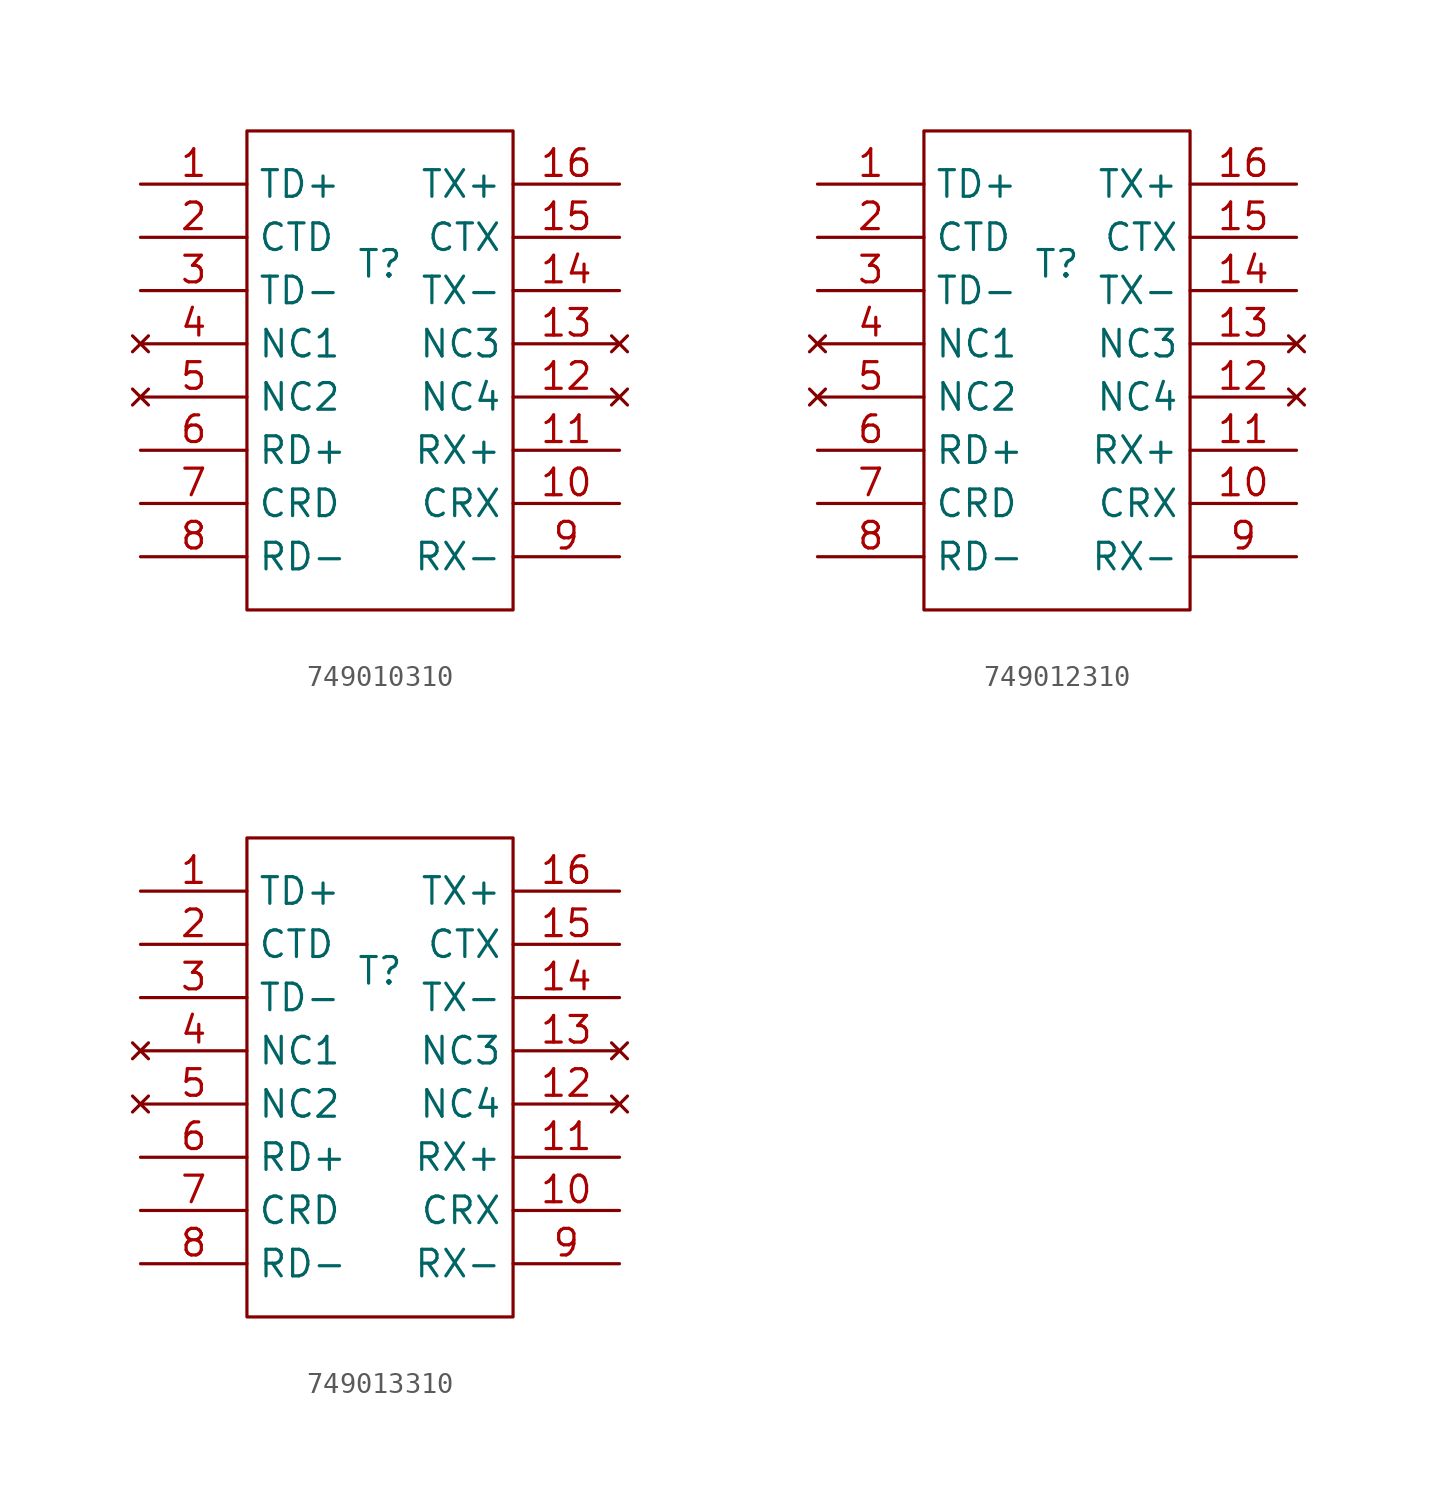
<source format=kicad_sym>
(kicad_symbol_lib
  (version 20220914)
  (generator kicad_symbol_editor)
  (symbol "749010310"
    (property "Reference" "T"
      (at 0 5.08 0)
      (effects (font (size 1.27 1.27))))
    (property "Critical Parameter" ""
      (at 0 -5.08 0)
      (effects (font (size 1.27 1.27)) (justify left)))
    (symbol "749010310_0_1"
      (rectangle (start -6.35 11.43) (end 6.35 -11.43) (stroke (width 0) (type default)) (fill (type none))))
    (symbol "749010310_1_1"
      (pin passive line (at -11.43 8.89 0) (length 5.08) (name "TD+" (effects (font (size 1.27 1.27)))) (number "1" (effects (font (size 1.27 1.27)))))
      (pin passive line (at 11.43 -6.35 180) (length 5.08) (name "CRX" (effects (font (size 1.27 1.27)))) (number "10" (effects (font (size 1.27 1.27)))))
      (pin passive line (at 11.43 -3.81 180) (length 5.08) (name "RX+" (effects (font (size 1.27 1.27)))) (number "11" (effects (font (size 1.27 1.27)))))
      (pin no_connect line (at 11.43 -1.27 180) (length 5.08) (name "NC4" (effects (font (size 1.27 1.27)))) (number "12" (effects (font (size 1.27 1.27)))))
      (pin no_connect line (at 11.43 1.27 180) (length 5.08) (name "NC3" (effects (font (size 1.27 1.27)))) (number "13" (effects (font (size 1.27 1.27)))))
      (pin passive line (at 11.43 3.81 180) (length 5.08) (name "TX-" (effects (font (size 1.27 1.27)))) (number "14" (effects (font (size 1.27 1.27)))))
      (pin passive line (at 11.43 6.35 180) (length 5.08) (name "CTX" (effects (font (size 1.27 1.27)))) (number "15" (effects (font (size 1.27 1.27)))))
      (pin passive line (at 11.43 8.89 180) (length 5.08) (name "TX+" (effects (font (size 1.27 1.27)))) (number "16" (effects (font (size 1.27 1.27)))))
      (pin passive line (at -11.43 6.35 0) (length 5.08) (name "CTD" (effects (font (size 1.27 1.27)))) (number "2" (effects (font (size 1.27 1.27)))))
      (pin passive line (at -11.43 3.81 0) (length 5.08) (name "TD-" (effects (font (size 1.27 1.27)))) (number "3" (effects (font (size 1.27 1.27)))))
      (pin no_connect line (at -11.43 1.27 0) (length 5.08) (name "NC1" (effects (font (size 1.27 1.27)))) (number "4" (effects (font (size 1.27 1.27)))))
      (pin no_connect line (at -11.43 -1.27 0) (length 5.08) (name "NC2" (effects (font (size 1.27 1.27)))) (number "5" (effects (font (size 1.27 1.27)))))
      (pin passive line (at -11.43 -3.81 0) (length 5.08) (name "RD+" (effects (font (size 1.27 1.27)))) (number "6" (effects (font (size 1.27 1.27)))))
      (pin passive line (at -11.43 -6.35 0) (length 5.08) (name "CRD" (effects (font (size 1.27 1.27)))) (number "7" (effects (font (size 1.27 1.27)))))
      (pin passive line (at -11.43 -8.89 0) (length 5.08) (name "RD-" (effects (font (size 1.27 1.27)))) (number "8" (effects (font (size 1.27 1.27)))))
      (pin passive line (at 11.43 -8.89 180) (length 5.08) (name "RX-" (effects (font (size 1.27 1.27)))) (number "9" (effects (font (size 1.27 1.27)))))))
  (symbol "749012310"
    (property "Reference" "T"
      (at 0 5.08 0)
      (effects (font (size 1.27 1.27))))
    (property "Critical Parameter" ""
      (at 0 -5.08 0)
      (effects (font (size 1.27 1.27)) (justify left)))
    (symbol "749012310_0_1"
      (rectangle (start -6.35 11.43) (end 6.35 -11.43) (stroke (width 0) (type default)) (fill (type none))))
    (symbol "749012310_1_1"
      (pin passive line (at -11.43 8.89 0) (length 5.08) (name "TD+" (effects (font (size 1.27 1.27)))) (number "1" (effects (font (size 1.27 1.27)))))
      (pin passive line (at 11.43 -6.35 180) (length 5.08) (name "CRX" (effects (font (size 1.27 1.27)))) (number "10" (effects (font (size 1.27 1.27)))))
      (pin passive line (at 11.43 -3.81 180) (length 5.08) (name "RX+" (effects (font (size 1.27 1.27)))) (number "11" (effects (font (size 1.27 1.27)))))
      (pin no_connect line (at 11.43 -1.27 180) (length 5.08) (name "NC4" (effects (font (size 1.27 1.27)))) (number "12" (effects (font (size 1.27 1.27)))))
      (pin no_connect line (at 11.43 1.27 180) (length 5.08) (name "NC3" (effects (font (size 1.27 1.27)))) (number "13" (effects (font (size 1.27 1.27)))))
      (pin passive line (at 11.43 3.81 180) (length 5.08) (name "TX-" (effects (font (size 1.27 1.27)))) (number "14" (effects (font (size 1.27 1.27)))))
      (pin passive line (at 11.43 6.35 180) (length 5.08) (name "CTX" (effects (font (size 1.27 1.27)))) (number "15" (effects (font (size 1.27 1.27)))))
      (pin passive line (at 11.43 8.89 180) (length 5.08) (name "TX+" (effects (font (size 1.27 1.27)))) (number "16" (effects (font (size 1.27 1.27)))))
      (pin passive line (at -11.43 6.35 0) (length 5.08) (name "CTD" (effects (font (size 1.27 1.27)))) (number "2" (effects (font (size 1.27 1.27)))))
      (pin passive line (at -11.43 3.81 0) (length 5.08) (name "TD-" (effects (font (size 1.27 1.27)))) (number "3" (effects (font (size 1.27 1.27)))))
      (pin no_connect line (at -11.43 1.27 0) (length 5.08) (name "NC1" (effects (font (size 1.27 1.27)))) (number "4" (effects (font (size 1.27 1.27)))))
      (pin no_connect line (at -11.43 -1.27 0) (length 5.08) (name "NC2" (effects (font (size 1.27 1.27)))) (number "5" (effects (font (size 1.27 1.27)))))
      (pin passive line (at -11.43 -3.81 0) (length 5.08) (name "RD+" (effects (font (size 1.27 1.27)))) (number "6" (effects (font (size 1.27 1.27)))))
      (pin passive line (at -11.43 -6.35 0) (length 5.08) (name "CRD" (effects (font (size 1.27 1.27)))) (number "7" (effects (font (size 1.27 1.27)))))
      (pin passive line (at -11.43 -8.89 0) (length 5.08) (name "RD-" (effects (font (size 1.27 1.27)))) (number "8" (effects (font (size 1.27 1.27)))))
      (pin passive line (at 11.43 -8.89 180) (length 5.08) (name "RX-" (effects (font (size 1.27 1.27)))) (number "9" (effects (font (size 1.27 1.27)))))))
  (symbol "749013310"
    (property "Reference" "T"
      (at 0 5.08 0)
      (effects (font (size 1.27 1.27))))
    (property "Critical Parameter" ""
      (at 0 -5.08 0)
      (effects (font (size 1.27 1.27)) (justify left)))
    (symbol "749013310_0_1"
      (rectangle (start -6.35 11.43) (end 6.35 -11.43) (stroke (width 0) (type default)) (fill (type none))))
    (symbol "749013310_1_1"
      (pin passive line (at -11.43 8.89 0) (length 5.08) (name "TD+" (effects (font (size 1.27 1.27)))) (number "1" (effects (font (size 1.27 1.27)))))
      (pin passive line (at 11.43 -6.35 180) (length 5.08) (name "CRX" (effects (font (size 1.27 1.27)))) (number "10" (effects (font (size 1.27 1.27)))))
      (pin passive line (at 11.43 -3.81 180) (length 5.08) (name "RX+" (effects (font (size 1.27 1.27)))) (number "11" (effects (font (size 1.27 1.27)))))
      (pin no_connect line (at 11.43 -1.27 180) (length 5.08) (name "NC4" (effects (font (size 1.27 1.27)))) (number "12" (effects (font (size 1.27 1.27)))))
      (pin no_connect line (at 11.43 1.27 180) (length 5.08) (name "NC3" (effects (font (size 1.27 1.27)))) (number "13" (effects (font (size 1.27 1.27)))))
      (pin passive line (at 11.43 3.81 180) (length 5.08) (name "TX-" (effects (font (size 1.27 1.27)))) (number "14" (effects (font (size 1.27 1.27)))))
      (pin passive line (at 11.43 6.35 180) (length 5.08) (name "CTX" (effects (font (size 1.27 1.27)))) (number "15" (effects (font (size 1.27 1.27)))))
      (pin passive line (at 11.43 8.89 180) (length 5.08) (name "TX+" (effects (font (size 1.27 1.27)))) (number "16" (effects (font (size 1.27 1.27)))))
      (pin passive line (at -11.43 6.35 0) (length 5.08) (name "CTD" (effects (font (size 1.27 1.27)))) (number "2" (effects (font (size 1.27 1.27)))))
      (pin passive line (at -11.43 3.81 0) (length 5.08) (name "TD-" (effects (font (size 1.27 1.27)))) (number "3" (effects (font (size 1.27 1.27)))))
      (pin no_connect line (at -11.43 1.27 0) (length 5.08) (name "NC1" (effects (font (size 1.27 1.27)))) (number "4" (effects (font (size 1.27 1.27)))))
      (pin no_connect line (at -11.43 -1.27 0) (length 5.08) (name "NC2" (effects (font (size 1.27 1.27)))) (number "5" (effects (font (size 1.27 1.27)))))
      (pin passive line (at -11.43 -3.81 0) (length 5.08) (name "RD+" (effects (font (size 1.27 1.27)))) (number "6" (effects (font (size 1.27 1.27)))))
      (pin passive line (at -11.43 -6.35 0) (length 5.08) (name "CRD" (effects (font (size 1.27 1.27)))) (number "7" (effects (font (size 1.27 1.27)))))
      (pin passive line (at -11.43 -8.89 0) (length 5.08) (name "RD-" (effects (font (size 1.27 1.27)))) (number "8" (effects (font (size 1.27 1.27)))))
      (pin passive line (at 11.43 -8.89 180) (length 5.08) (name "RX-" (effects (font (size 1.27 1.27)))) (number "9" (effects (font (size 1.27 1.27))))))))
</source>
